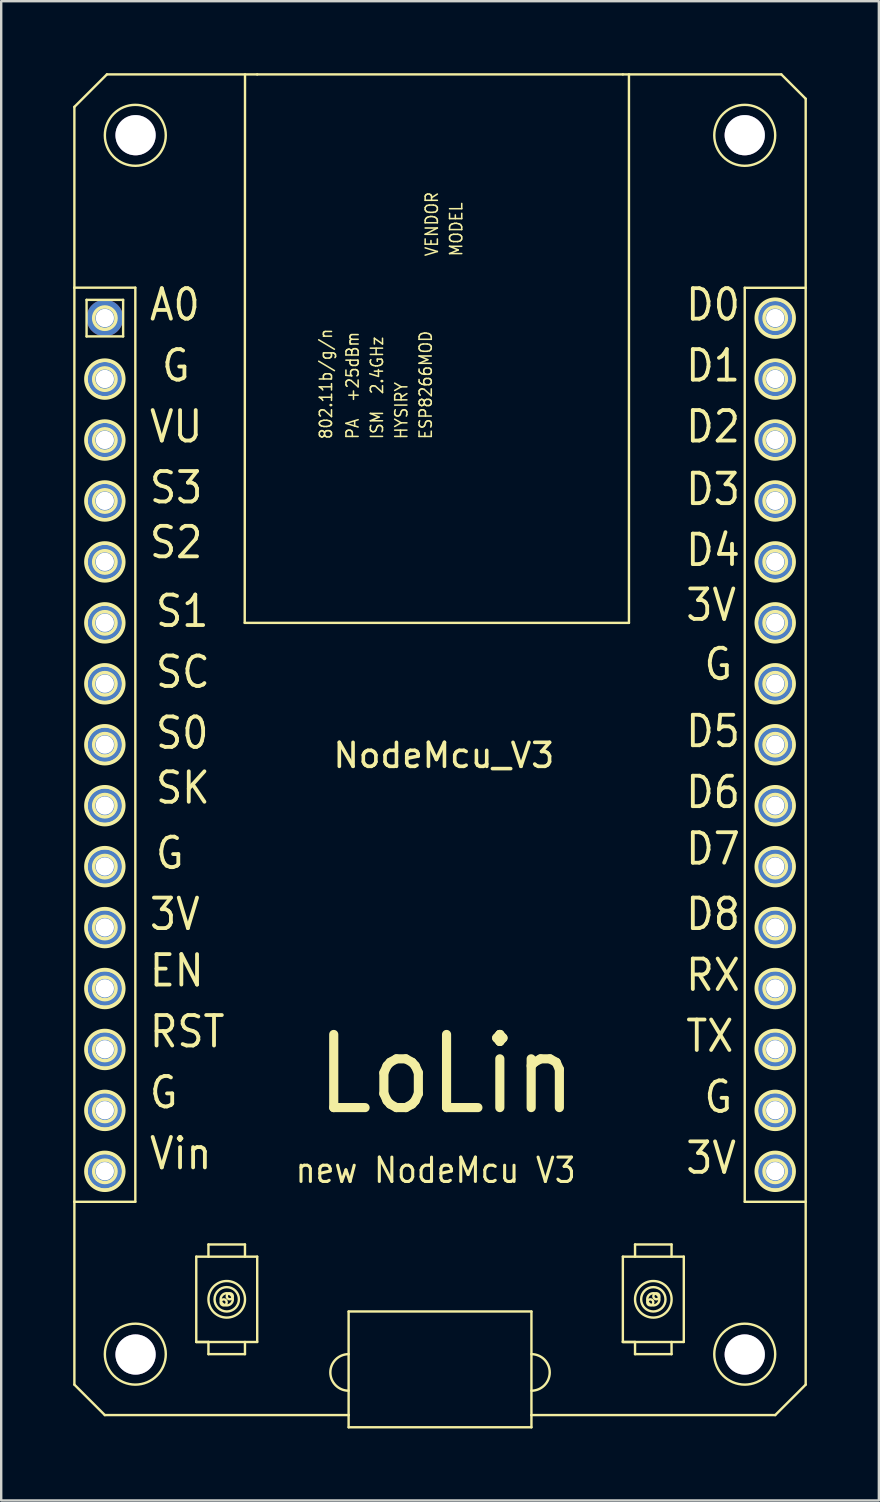
<source format=kicad_pcb>
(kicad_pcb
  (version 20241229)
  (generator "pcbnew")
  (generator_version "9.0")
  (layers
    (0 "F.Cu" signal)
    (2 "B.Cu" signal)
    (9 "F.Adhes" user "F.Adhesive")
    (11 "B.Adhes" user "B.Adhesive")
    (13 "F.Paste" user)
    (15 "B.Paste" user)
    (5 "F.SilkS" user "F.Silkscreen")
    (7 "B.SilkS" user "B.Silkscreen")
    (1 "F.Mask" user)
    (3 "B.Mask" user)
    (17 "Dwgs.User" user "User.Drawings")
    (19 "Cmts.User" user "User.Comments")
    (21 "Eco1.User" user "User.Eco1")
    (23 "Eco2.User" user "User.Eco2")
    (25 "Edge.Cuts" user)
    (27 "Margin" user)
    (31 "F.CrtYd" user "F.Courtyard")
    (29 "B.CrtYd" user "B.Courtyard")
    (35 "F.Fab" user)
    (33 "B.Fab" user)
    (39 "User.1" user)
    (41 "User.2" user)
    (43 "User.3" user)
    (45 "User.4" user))
  (footprint "NodeMcu_V3"
    (layer "F.Cu")
    (at 15.45 27.935)
    (property "Reference" "NodeMcu_V3" (at 0 0.5 0) (layer "F.SilkS") (effects (font (size 1 1) (thickness 0.15))))
    (attr through_hole)
    (fp_line (start -15.4 -26.53) (end -15.4 -18.995) (stroke (width 0.1) (type solid)) (layer "F.SilkS"))
    (fp_line (start -15.4 -26.53) (end -14.044 -27.885) (stroke (width 0.1) (type solid)) (layer "F.SilkS"))
    (fp_line (start -15.4 -18.995) (end -12.86 -18.995) (stroke (width 0.1) (type solid)) (layer "F.SilkS"))
    (fp_line (start -15.4 19.105) (end -15.4 26.725) (stroke (width 0.1) (type solid)) (layer "F.SilkS"))
    (fp_line (start -15.4 26.725) (end -14.13 27.995) (stroke (width 0.1) (type solid)) (layer "F.SilkS"))
    (fp_line (start -15.4 19.099) (end -15.4 -18.995) (stroke (width 0.1) (type solid)) (layer "F.SilkS"))
    (fp_line (start -14.892 -18.487) (end -13.368 -18.487) (stroke (width 0.1) (type solid)) (layer "F.SilkS"))
    (fp_line (start -14.892 -16.963) (end -14.892 -18.487) (stroke (width 0.1) (type solid)) (layer "F.SilkS"))
    (fp_line (start -14.13 27.995) (end -3.97 27.995) (stroke (width 0.1) (type solid)) (layer "F.SilkS"))
    (fp_line (start -13.368 -18.487) (end -13.368 -16.963) (stroke (width 0.1) (type solid)) (layer "F.SilkS"))
    (fp_line (start -13.368 -16.963) (end -14.892 -16.963) (stroke (width 0.1) (type solid)) (layer "F.SilkS"))
    (fp_line (start -12.86 -18.995) (end -12.86 19.105) (stroke (width 0.1) (type solid)) (layer "F.SilkS"))
    (fp_line (start -12.86 19.105) (end -15.4 19.105) (stroke (width 0.1) (type solid)) (layer "F.SilkS"))
    (fp_line (start -10.32 21.391) (end -10.32 24.947) (stroke (width 0.1) (type solid)) (layer "F.SilkS"))
    (fp_line (start -10.32 24.947) (end -9.812 24.947) (stroke (width 0.1) (type solid)) (layer "F.SilkS"))
    (fp_line (start -10.32 24.947) (end -7.78 24.947) (stroke (width 0.1) (type solid)) (layer "F.SilkS"))
    (fp_line (start -9.812 21.391) (end -9.812 20.883) (stroke (width 0.1) (type solid)) (layer "F.SilkS"))
    (fp_line (start -9.812 24.947) (end -9.812 25.455) (stroke (width 0.1) (type solid)) (layer "F.SilkS"))
    (fp_line (start -8.3 -5.025) (end -8.288 -27.885) (stroke (width 0.1) (type solid)) (layer "F.SilkS"))
    (fp_line (start -8.29 20.883) (end -9.812 20.883) (stroke (width 0.1) (type solid)) (layer "F.SilkS"))
    (fp_line (start -8.29 21.391) (end -8.29 20.883) (stroke (width 0.1) (type solid)) (layer "F.SilkS"))
    (fp_line (start -8.29 24.947) (end -8.29 25.455) (stroke (width 0.1) (type solid)) (layer "F.SilkS"))
    (fp_line (start -8.29 25.455) (end -9.812 25.455) (stroke (width 0.1) (type solid)) (layer "F.SilkS"))
    (fp_line (start -7.78 -27.885) (end -14.044 -27.885) (stroke (width 0.1) (type solid)) (layer "F.SilkS"))
    (fp_line (start -7.78 21.391) (end -10.32 21.391) (stroke (width 0.1) (type solid)) (layer "F.SilkS"))
    (fp_line (start -7.78 24.947) (end -7.78 21.391) (stroke (width 0.1) (type solid)) (layer "F.SilkS"))
    (fp_line (start -3.97 27.995) (end -3.97 23.677) (stroke (width 0.1) (type solid)) (layer "F.SilkS"))
    (fp_line (start -3.97 27.995) (end -3.97 28.503) (stroke (width 0.1) (type solid)) (layer "F.SilkS"))
    (fp_line (start -3.97 28.503) (end 3.65 28.503) (stroke (width 0.1) (type solid)) (layer "F.SilkS"))
    (fp_line (start 3.65 23.677) (end -3.97 23.677) (stroke (width 0.1) (type solid)) (layer "F.SilkS"))
    (fp_line (start 3.65 27.995) (end 3.65 23.677) (stroke (width 0.1) (type solid)) (layer "F.SilkS"))
    (fp_line (start 3.65 27.995) (end 13.81 27.995) (stroke (width 0.1) (type solid)) (layer "F.SilkS"))
    (fp_line (start 3.65 28.503) (end 3.65 27.995) (stroke (width 0.1) (type solid)) (layer "F.SilkS"))
    (fp_line (start 7.46 -27.885) (end -7.78 -27.885) (stroke (width 0.1) (type solid)) (layer "F.SilkS"))
    (fp_line (start 7.46 21.391) (end 7.46 24.947) (stroke (width 0.1) (type solid)) (layer "F.SilkS"))
    (fp_line (start 7.46 24.947) (end 7.968 24.947) (stroke (width 0.1) (type solid)) (layer "F.SilkS"))
    (fp_line (start 7.46 24.947) (end 10 24.947) (stroke (width 0.1) (type solid)) (layer "F.SilkS"))
    (fp_line (start 7.714 -27.885) (end 7.714 -5.025) (stroke (width 0.1) (type solid)) (layer "F.SilkS"))
    (fp_line (start 7.714 -5.025) (end -8.3 -5.025) (stroke (width 0.1) (type solid)) (layer "F.SilkS"))
    (fp_line (start 7.968 21.391) (end 7.968 20.883) (stroke (width 0.1) (type solid)) (layer "F.SilkS"))
    (fp_line (start 7.968 24.947) (end 7.968 25.455) (stroke (width 0.1) (type solid)) (layer "F.SilkS"))
    (fp_line (start 9.49 20.883) (end 7.968 20.883) (stroke (width 0.1) (type solid)) (layer "F.SilkS"))
    (fp_line (start 9.49 21.391) (end 9.49 20.883) (stroke (width 0.1) (type solid)) (layer "F.SilkS"))
    (fp_line (start 9.49 24.947) (end 9.49 25.455) (stroke (width 0.1) (type solid)) (layer "F.SilkS"))
    (fp_line (start 9.49 25.455) (end 7.968 25.455) (stroke (width 0.1) (type solid)) (layer "F.SilkS"))
    (fp_line (start 10 21.391) (end 7.46 21.391) (stroke (width 0.1) (type solid)) (layer "F.SilkS"))
    (fp_line (start 10 24.947) (end 10 21.391) (stroke (width 0.1) (type solid)) (layer "F.SilkS"))
    (fp_line (start 12.54 -18.99) (end 15.08 -18.99) (stroke (width 0.1) (type solid)) (layer "F.SilkS"))
    (fp_line (start 12.54 19.105) (end 12.54 -18.99) (stroke (width 0.1) (type solid)) (layer "F.SilkS"))
    (fp_line (start 13.81 27.995) (end 15.08 26.725) (stroke (width 0.1) (type solid)) (layer "F.SilkS"))
    (fp_line (start 14.064 -27.885) (end 7.46 -27.885) (stroke (width 0.1) (type solid)) (layer "F.SilkS"))
    (fp_line (start 15.08 -26.869) (end 14.064 -27.885) (stroke (width 0.1) (type solid)) (layer "F.SilkS"))
    (fp_line (start 15.08 19.105) (end 12.54 19.105) (stroke (width 0.1) (type solid)) (layer "F.SilkS"))
    (fp_line (start 15.08 26.725) (end 15.08 -26.869) (stroke (width 0.1) (type solid)) (layer "F.SilkS"))
    (fp_arc (start -3.969998 26.978579) (mid -4.731998 26.216579) (end -3.969998 25.454579) (stroke (width 0.1) (type solid)) (layer "F.SilkS"))
    (fp_arc (start 3.65 25.454579) (mid 4.412 26.216579) (end 3.65 26.978579) (stroke (width 0.1) (type solid)) (layer "F.SilkS"))
    (fp_circle (center -14.13 -17.725) (end -13.673 -17.725) (stroke (width 0.1) (type solid)) (fill no) (layer "F.SilkS"))
    (fp_circle (center -14.13 -17.725) (end -13.673 -17.725) (stroke (width 0.1) (type solid)) (fill no) (layer "F.SilkS"))
    (fp_circle (center -14.13 -17.725) (end -13.642 -17.725) (stroke (width 0.1) (type solid)) (fill no) (layer "F.SilkS"))
    (fp_circle (center -14.13 -15.185) (end -13.673 -15.185) (stroke (width 0.1) (type solid)) (fill no) (layer "F.SilkS"))
    (fp_circle (center -14.13 -15.185) (end -13.673 -15.185) (stroke (width 0.1) (type solid)) (fill no) (layer "F.SilkS"))
    (fp_circle (center -14.13 -15.185) (end -13.642 -15.185) (stroke (width 0.1) (type solid)) (fill no) (layer "F.SilkS"))
    (fp_circle (center -14.13 -15.185) (end -13.368 -15.185) (stroke (width 0.1) (type solid)) (fill no) (layer "F.SilkS"))
    (fp_circle (center -14.13 -15.185) (end -13.368 -15.185) (stroke (width 0.1) (type solid)) (fill no) (layer "F.SilkS"))
    (fp_circle (center -14.13 -15.185) (end -13.317 -15.185) (stroke (width 0.1) (type solid)) (fill no) (layer "F.SilkS"))
    (fp_circle (center -14.13 -12.645) (end -13.673 -12.645) (stroke (width 0.1) (type solid)) (fill no) (layer "F.SilkS"))
    (fp_circle (center -14.13 -12.645) (end -13.673 -12.645) (stroke (width 0.1) (type solid)) (fill no) (layer "F.SilkS"))
    (fp_circle (center -14.13 -12.645) (end -13.642 -12.645) (stroke (width 0.1) (type solid)) (fill no) (layer "F.SilkS"))
    (fp_circle (center -14.13 -12.645) (end -13.368 -12.645) (stroke (width 0.1) (type solid)) (fill no) (layer "F.SilkS"))
    (fp_circle (center -14.13 -12.645) (end -13.368 -12.645) (stroke (width 0.1) (type solid)) (fill no) (layer "F.SilkS"))
    (fp_circle (center -14.13 -12.645) (end -13.317 -12.645) (stroke (width 0.1) (type solid)) (fill no) (layer "F.SilkS"))
    (fp_circle (center -14.13 -10.105) (end -13.673 -10.105) (stroke (width 0.1) (type solid)) (fill no) (layer "F.SilkS"))
    (fp_circle (center -14.13 -10.105) (end -13.673 -10.105) (stroke (width 0.1) (type solid)) (fill no) (layer "F.SilkS"))
    (fp_circle (center -14.13 -10.105) (end -13.642 -10.105) (stroke (width 0.1) (type solid)) (fill no) (layer "F.SilkS"))
    (fp_circle (center -14.13 -10.105) (end -13.368 -10.105) (stroke (width 0.1) (type solid)) (fill no) (layer "F.SilkS"))
    (fp_circle (center -14.13 -10.105) (end -13.368 -10.105) (stroke (width 0.1) (type solid)) (fill no) (layer "F.SilkS"))
    (fp_circle (center -14.13 -10.105) (end -13.317 -10.105) (stroke (width 0.1) (type solid)) (fill no) (layer "F.SilkS"))
    (fp_circle (center -14.13 -7.565) (end -13.673 -7.565) (stroke (width 0.1) (type solid)) (fill no) (layer "F.SilkS"))
    (fp_circle (center -14.13 -7.565) (end -13.673 -7.565) (stroke (width 0.1) (type solid)) (fill no) (layer "F.SilkS"))
    (fp_circle (center -14.13 -7.565) (end -13.642 -7.565) (stroke (width 0.1) (type solid)) (fill no) (layer "F.SilkS"))
    (fp_circle (center -14.13 -7.565) (end -13.368 -7.565) (stroke (width 0.1) (type solid)) (fill no) (layer "F.SilkS"))
    (fp_circle (center -14.13 -7.565) (end -13.368 -7.565) (stroke (width 0.1) (type solid)) (fill no) (layer "F.SilkS"))
    (fp_circle (center -14.13 -7.565) (end -13.317 -7.565) (stroke (width 0.1) (type solid)) (fill no) (layer "F.SilkS"))
    (fp_circle (center -14.13 -5.025) (end -13.673 -5.025) (stroke (width 0.1) (type solid)) (fill no) (layer "F.SilkS"))
    (fp_circle (center -14.13 -5.025) (end -13.673 -5.025) (stroke (width 0.1) (type solid)) (fill no) (layer "F.SilkS"))
    (fp_circle (center -14.13 -5.025) (end -13.642 -5.025) (stroke (width 0.1) (type solid)) (fill no) (layer "F.SilkS"))
    (fp_circle (center -14.13 -5.025) (end -13.368 -5.025) (stroke (width 0.1) (type solid)) (fill no) (layer "F.SilkS"))
    (fp_circle (center -14.13 -5.025) (end -13.368 -5.025) (stroke (width 0.1) (type solid)) (fill no) (layer "F.SilkS"))
    (fp_circle (center -14.13 -5.025) (end -13.317 -5.025) (stroke (width 0.1) (type solid)) (fill no) (layer "F.SilkS"))
    (fp_circle (center -14.13 -2.485) (end -13.673 -2.485) (stroke (width 0.1) (type solid)) (fill no) (layer "F.SilkS"))
    (fp_circle (center -14.13 -2.485) (end -13.673 -2.485) (stroke (width 0.1) (type solid)) (fill no) (layer "F.SilkS"))
    (fp_circle (center -14.13 -2.485) (end -13.642 -2.485) (stroke (width 0.1) (type solid)) (fill no) (layer "F.SilkS"))
    (fp_circle (center -14.13 -2.485) (end -13.368 -2.485) (stroke (width 0.1) (type solid)) (fill no) (layer "F.SilkS"))
    (fp_circle (center -14.13 -2.485) (end -13.368 -2.485) (stroke (width 0.1) (type solid)) (fill no) (layer "F.SilkS"))
    (fp_circle (center -14.13 -2.485) (end -13.317 -2.485) (stroke (width 0.1) (type solid)) (fill no) (layer "F.SilkS"))
    (fp_circle (center -14.13 0.055) (end -13.673 0.055) (stroke (width 0.1) (type solid)) (fill no) (layer "F.SilkS"))
    (fp_circle (center -14.13 0.055) (end -13.673 0.055) (stroke (width 0.1) (type solid)) (fill no) (layer "F.SilkS"))
    (fp_circle (center -14.13 0.055) (end -13.642 0.055) (stroke (width 0.1) (type solid)) (fill no) (layer "F.SilkS"))
    (fp_circle (center -14.13 0.055) (end -13.368 0.055) (stroke (width 0.1) (type solid)) (fill no) (layer "F.SilkS"))
    (fp_circle (center -14.13 0.055) (end -13.368 0.055) (stroke (width 0.1) (type solid)) (fill no) (layer "F.SilkS"))
    (fp_circle (center -14.13 0.055) (end -13.317 0.055) (stroke (width 0.1) (type solid)) (fill no) (layer "F.SilkS"))
    (fp_circle (center -14.13 2.595) (end -13.673 2.595) (stroke (width 0.1) (type solid)) (fill no) (layer "F.SilkS"))
    (fp_circle (center -14.13 2.595) (end -13.673 2.595) (stroke (width 0.1) (type solid)) (fill no) (layer "F.SilkS"))
    (fp_circle (center -14.13 2.595) (end -13.642 2.595) (stroke (width 0.1) (type solid)) (fill no) (layer "F.SilkS"))
    (fp_circle (center -14.13 2.595) (end -13.368 2.595) (stroke (width 0.1) (type solid)) (fill no) (layer "F.SilkS"))
    (fp_circle (center -14.13 2.595) (end -13.368 2.595) (stroke (width 0.1) (type solid)) (fill no) (layer "F.SilkS"))
    (fp_circle (center -14.13 2.595) (end -13.317 2.595) (stroke (width 0.1) (type solid)) (fill no) (layer "F.SilkS"))
    (fp_circle (center -14.13 5.135) (end -13.673 5.135) (stroke (width 0.1) (type solid)) (fill no) (layer "F.SilkS"))
    (fp_circle (center -14.13 5.135) (end -13.673 5.135) (stroke (width 0.1) (type solid)) (fill no) (layer "F.SilkS"))
    (fp_circle (center -14.13 5.135) (end -13.642 5.135) (stroke (width 0.1) (type solid)) (fill no) (layer "F.SilkS"))
    (fp_circle (center -14.13 5.135) (end -13.368 5.135) (stroke (width 0.1) (type solid)) (fill no) (layer "F.SilkS"))
    (fp_circle (center -14.13 5.135) (end -13.368 5.135) (stroke (width 0.1) (type solid)) (fill no) (layer "F.SilkS"))
    (fp_circle (center -14.13 5.135) (end -13.317 5.135) (stroke (width 0.1) (type solid)) (fill no) (layer "F.SilkS"))
    (fp_circle (center -14.13 7.675) (end -13.673 7.675) (stroke (width 0.1) (type solid)) (fill no) (layer "F.SilkS"))
    (fp_circle (center -14.13 7.675) (end -13.673 7.675) (stroke (width 0.1) (type solid)) (fill no) (layer "F.SilkS"))
    (fp_circle (center -14.13 7.675) (end -13.642 7.675) (stroke (width 0.1) (type solid)) (fill no) (layer "F.SilkS"))
    (fp_circle (center -14.13 7.675) (end -13.368 7.675) (stroke (width 0.1) (type solid)) (fill no) (layer "F.SilkS"))
    (fp_circle (center -14.13 7.675) (end -13.368 7.675) (stroke (width 0.1) (type solid)) (fill no) (layer "F.SilkS"))
    (fp_circle (center -14.13 7.675) (end -13.317 7.675) (stroke (width 0.1) (type solid)) (fill no) (layer "F.SilkS"))
    (fp_circle (center -14.13 10.215) (end -13.673 10.215) (stroke (width 0.1) (type solid)) (fill no) (layer "F.SilkS"))
    (fp_circle (center -14.13 10.215) (end -13.673 10.215) (stroke (width 0.1) (type solid)) (fill no) (layer "F.SilkS"))
    (fp_circle (center -14.13 10.215) (end -13.642 10.215) (stroke (width 0.1) (type solid)) (fill no) (layer "F.SilkS"))
    (fp_circle (center -14.13 10.215) (end -13.368 10.215) (stroke (width 0.1) (type solid)) (fill no) (layer "F.SilkS"))
    (fp_circle (center -14.13 10.215) (end -13.368 10.215) (stroke (width 0.1) (type solid)) (fill no) (layer "F.SilkS"))
    (fp_circle (center -14.13 10.215) (end -13.317 10.215) (stroke (width 0.1) (type solid)) (fill no) (layer "F.SilkS"))
    (fp_circle (center -14.13 12.755) (end -13.673 12.755) (stroke (width 0.1) (type solid)) (fill no) (layer "F.SilkS"))
    (fp_circle (center -14.13 12.755) (end -13.673 12.755) (stroke (width 0.1) (type solid)) (fill no) (layer "F.SilkS"))
    (fp_circle (center -14.13 12.755) (end -13.642 12.755) (stroke (width 0.1) (type solid)) (fill no) (layer "F.SilkS"))
    (fp_circle (center -14.13 12.755) (end -13.368 12.755) (stroke (width 0.1) (type solid)) (fill no) (layer "F.SilkS"))
    (fp_circle (center -14.13 12.755) (end -13.368 12.755) (stroke (width 0.1) (type solid)) (fill no) (layer "F.SilkS"))
    (fp_circle (center -14.13 12.755) (end -13.317 12.755) (stroke (width 0.1) (type solid)) (fill no) (layer "F.SilkS"))
    (fp_circle (center -14.13 15.295) (end -13.673 15.295) (stroke (width 0.1) (type solid)) (fill no) (layer "F.SilkS"))
    (fp_circle (center -14.13 15.295) (end -13.673 15.295) (stroke (width 0.1) (type solid)) (fill no) (layer "F.SilkS"))
    (fp_circle (center -14.13 15.295) (end -13.642 15.295) (stroke (width 0.1) (type solid)) (fill no) (layer "F.SilkS"))
    (fp_circle (center -14.13 15.295) (end -13.368 15.295) (stroke (width 0.1) (type solid)) (fill no) (layer "F.SilkS"))
    (fp_circle (center -14.13 15.295) (end -13.368 15.295) (stroke (width 0.1) (type solid)) (fill no) (layer "F.SilkS"))
    (fp_circle (center -14.13 15.295) (end -13.317 15.295) (stroke (width 0.1) (type solid)) (fill no) (layer "F.SilkS"))
    (fp_circle (center -14.13 17.835) (end -13.673 17.835) (stroke (width 0.1) (type solid)) (fill no) (layer "F.SilkS"))
    (fp_circle (center -14.13 17.835) (end -13.673 17.835) (stroke (width 0.1) (type solid)) (fill no) (layer "F.SilkS"))
    (fp_circle (center -14.13 17.835) (end -13.642 17.835) (stroke (width 0.1) (type solid)) (fill no) (layer "F.SilkS"))
    (fp_circle (center -14.13 17.835) (end -13.368 17.835) (stroke (width 0.1) (type solid)) (fill no) (layer "F.SilkS"))
    (fp_circle (center -14.13 17.835) (end -13.368 17.835) (stroke (width 0.1) (type solid)) (fill no) (layer "F.SilkS"))
    (fp_circle (center -14.13 17.835) (end -13.317 17.835) (stroke (width 0.1) (type solid)) (fill no) (layer "F.SilkS"))
    (fp_circle (center -12.86 -25.345) (end -11.59 -25.345) (stroke (width 0.1) (type solid)) (fill no) (layer "F.SilkS"))
    (fp_circle (center -12.86 25.455) (end -11.59 25.455) (stroke (width 0.1) (type solid)) (fill no) (layer "F.SilkS"))
    (fp_circle (center -9.177 23.296) (end -9.05 23.296) (stroke (width 0.1) (type solid)) (fill no) (layer "F.SilkS"))
    (fp_circle (center -9.05 23.169) (end -8.796 23.169) (stroke (width 0.1) (type solid)) (fill no) (layer "F.SilkS"))
    (fp_circle (center -9.05 23.169) (end -8.542 23.169) (stroke (width 0.1) (type solid)) (fill no) (layer "F.SilkS"))
    (fp_circle (center -9.05 23.169) (end -8.288 23.169) (stroke (width 0.1) (type solid)) (fill no) (layer "F.SilkS"))
    (fp_circle (center -8.923 23.042) (end -8.796 23.042) (stroke (width 0.1) (type solid)) (fill no) (layer "F.SilkS"))
    (fp_circle (center 8.603 23.296) (end 8.73 23.296) (stroke (width 0.1) (type solid)) (fill no) (layer "F.SilkS"))
    (fp_circle (center 8.73 23.169) (end 8.984 23.169) (stroke (width 0.1) (type solid)) (fill no) (layer "F.SilkS"))
    (fp_circle (center 8.73 23.169) (end 9.238 23.169) (stroke (width 0.1) (type solid)) (fill no) (layer "F.SilkS"))
    (fp_circle (center 8.73 23.169) (end 9.492 23.169) (stroke (width 0.1) (type solid)) (fill no) (layer "F.SilkS"))
    (fp_circle (center 8.857 23.042) (end 8.984 23.042) (stroke (width 0.1) (type solid)) (fill no) (layer "F.SilkS"))
    (fp_circle (center 12.54 -25.345) (end 13.81 -25.345) (stroke (width 0.1) (type solid)) (fill no) (layer "F.SilkS"))
    (fp_circle (center 12.54 25.455) (end 13.81 25.455) (stroke (width 0.1) (type solid)) (fill no) (layer "F.SilkS"))
    (fp_circle (center 13.81 -17.725) (end 14.267 -17.725) (stroke (width 0.1) (type solid)) (fill no) (layer "F.SilkS"))
    (fp_circle (center 13.81 -17.725) (end 14.267 -17.725) (stroke (width 0.1) (type solid)) (fill no) (layer "F.SilkS"))
    (fp_circle (center 13.81 -17.725) (end 14.298 -17.725) (stroke (width 0.1) (type solid)) (fill no) (layer "F.SilkS"))
    (fp_circle (center 13.81 -17.725) (end 14.572 -17.725) (stroke (width 0.1) (type solid)) (fill no) (layer "F.SilkS"))
    (fp_circle (center 13.81 -17.725) (end 14.572 -17.725) (stroke (width 0.1) (type solid)) (fill no) (layer "F.SilkS"))
    (fp_circle (center 13.81 -17.725) (end 14.623 -17.725) (stroke (width 0.1) (type solid)) (fill no) (layer "F.SilkS"))
    (fp_circle (center 13.81 -15.185) (end 14.267 -15.185) (stroke (width 0.1) (type solid)) (fill no) (layer "F.SilkS"))
    (fp_circle (center 13.81 -15.185) (end 14.267 -15.185) (stroke (width 0.1) (type solid)) (fill no) (layer "F.SilkS"))
    (fp_circle (center 13.81 -15.185) (end 14.298 -15.185) (stroke (width 0.1) (type solid)) (fill no) (layer "F.SilkS"))
    (fp_circle (center 13.81 -15.185) (end 14.572 -15.185) (stroke (width 0.1) (type solid)) (fill no) (layer "F.SilkS"))
    (fp_circle (center 13.81 -15.185) (end 14.572 -15.185) (stroke (width 0.1) (type solid)) (fill no) (layer "F.SilkS"))
    (fp_circle (center 13.81 -15.185) (end 14.623 -15.185) (stroke (width 0.1) (type solid)) (fill no) (layer "F.SilkS"))
    (fp_circle (center 13.81 -12.645) (end 14.267 -12.645) (stroke (width 0.1) (type solid)) (fill no) (layer "F.SilkS"))
    (fp_circle (center 13.81 -12.645) (end 14.267 -12.645) (stroke (width 0.1) (type solid)) (fill no) (layer "F.SilkS"))
    (fp_circle (center 13.81 -12.645) (end 14.298 -12.645) (stroke (width 0.1) (type solid)) (fill no) (layer "F.SilkS"))
    (fp_circle (center 13.81 -12.645) (end 14.572 -12.645) (stroke (width 0.1) (type solid)) (fill no) (layer "F.SilkS"))
    (fp_circle (center 13.81 -12.645) (end 14.572 -12.645) (stroke (width 0.1) (type solid)) (fill no) (layer "F.SilkS"))
    (fp_circle (center 13.81 -12.645) (end 14.623 -12.645) (stroke (width 0.1) (type solid)) (fill no) (layer "F.SilkS"))
    (fp_circle (center 13.81 -10.105) (end 14.267 -10.105) (stroke (width 0.1) (type solid)) (fill no) (layer "F.SilkS"))
    (fp_circle (center 13.81 -10.105) (end 14.267 -10.105) (stroke (width 0.1) (type solid)) (fill no) (layer "F.SilkS"))
    (fp_circle (center 13.81 -10.105) (end 14.298 -10.105) (stroke (width 0.1) (type solid)) (fill no) (layer "F.SilkS"))
    (fp_circle (center 13.81 -10.105) (end 14.572 -10.105) (stroke (width 0.1) (type solid)) (fill no) (layer "F.SilkS"))
    (fp_circle (center 13.81 -10.105) (end 14.572 -10.105) (stroke (width 0.1) (type solid)) (fill no) (layer "F.SilkS"))
    (fp_circle (center 13.81 -10.105) (end 14.623 -10.105) (stroke (width 0.1) (type solid)) (fill no) (layer "F.SilkS"))
    (fp_circle (center 13.81 -7.565) (end 14.267 -7.565) (stroke (width 0.1) (type solid)) (fill no) (layer "F.SilkS"))
    (fp_circle (center 13.81 -7.565) (end 14.267 -7.565) (stroke (width 0.1) (type solid)) (fill no) (layer "F.SilkS"))
    (fp_circle (center 13.81 -7.565) (end 14.298 -7.565) (stroke (width 0.1) (type solid)) (fill no) (layer "F.SilkS"))
    (fp_circle (center 13.81 -7.565) (end 14.572 -7.565) (stroke (width 0.1) (type solid)) (fill no) (layer "F.SilkS"))
    (fp_circle (center 13.81 -7.565) (end 14.572 -7.565) (stroke (width 0.1) (type solid)) (fill no) (layer "F.SilkS"))
    (fp_circle (center 13.81 -7.565) (end 14.623 -7.565) (stroke (width 0.1) (type solid)) (fill no) (layer "F.SilkS"))
    (fp_circle (center 13.81 -5.025) (end 14.267 -5.025) (stroke (width 0.1) (type solid)) (fill no) (layer "F.SilkS"))
    (fp_circle (center 13.81 -5.025) (end 14.267 -5.025) (stroke (width 0.1) (type solid)) (fill no) (layer "F.SilkS"))
    (fp_circle (center 13.81 -5.025) (end 14.298 -5.025) (stroke (width 0.1) (type solid)) (fill no) (layer "F.SilkS"))
    (fp_circle (center 13.81 -5.025) (end 14.572 -5.025) (stroke (width 0.1) (type solid)) (fill no) (layer "F.SilkS"))
    (fp_circle (center 13.81 -5.025) (end 14.572 -5.025) (stroke (width 0.1) (type solid)) (fill no) (layer "F.SilkS"))
    (fp_circle (center 13.81 -5.025) (end 14.623 -5.025) (stroke (width 0.1) (type solid)) (fill no) (layer "F.SilkS"))
    (fp_circle (center 13.81 -2.485) (end 14.267 -2.485) (stroke (width 0.1) (type solid)) (fill no) (layer "F.SilkS"))
    (fp_circle (center 13.81 -2.485) (end 14.267 -2.485) (stroke (width 0.1) (type solid)) (fill no) (layer "F.SilkS"))
    (fp_circle (center 13.81 -2.485) (end 14.298 -2.485) (stroke (width 0.1) (type solid)) (fill no) (layer "F.SilkS"))
    (fp_circle (center 13.81 -2.485) (end 14.572 -2.485) (stroke (width 0.1) (type solid)) (fill no) (layer "F.SilkS"))
    (fp_circle (center 13.81 -2.485) (end 14.572 -2.485) (stroke (width 0.1) (type solid)) (fill no) (layer "F.SilkS"))
    (fp_circle (center 13.81 -2.485) (end 14.623 -2.485) (stroke (width 0.1) (type solid)) (fill no) (layer "F.SilkS"))
    (fp_circle (center 13.81 0.055) (end 14.267 0.055) (stroke (width 0.1) (type solid)) (fill no) (layer "F.SilkS"))
    (fp_circle (center 13.81 0.055) (end 14.267 0.055) (stroke (width 0.1) (type solid)) (fill no) (layer "F.SilkS"))
    (fp_circle (center 13.81 0.055) (end 14.298 0.055) (stroke (width 0.1) (type solid)) (fill no) (layer "F.SilkS"))
    (fp_circle (center 13.81 0.055) (end 14.572 0.055) (stroke (width 0.1) (type solid)) (fill no) (layer "F.SilkS"))
    (fp_circle (center 13.81 0.055) (end 14.572 0.055) (stroke (width 0.1) (type solid)) (fill no) (layer "F.SilkS"))
    (fp_circle (center 13.81 0.055) (end 14.623 0.055) (stroke (width 0.1) (type solid)) (fill no) (layer "F.SilkS"))
    (fp_circle (center 13.81 2.595) (end 14.267 2.595) (stroke (width 0.1) (type solid)) (fill no) (layer "F.SilkS"))
    (fp_circle (center 13.81 2.595) (end 14.267 2.595) (stroke (width 0.1) (type solid)) (fill no) (layer "F.SilkS"))
    (fp_circle (center 13.81 2.595) (end 14.298 2.595) (stroke (width 0.1) (type solid)) (fill no) (layer "F.SilkS"))
    (fp_circle (center 13.81 2.595) (end 14.572 2.595) (stroke (width 0.1) (type solid)) (fill no) (layer "F.SilkS"))
    (fp_circle (center 13.81 2.595) (end 14.572 2.595) (stroke (width 0.1) (type solid)) (fill no) (layer "F.SilkS"))
    (fp_circle (center 13.81 2.595) (end 14.623 2.595) (stroke (width 0.1) (type solid)) (fill no) (layer "F.SilkS"))
    (fp_circle (center 13.81 5.135) (end 14.267 5.135) (stroke (width 0.1) (type solid)) (fill no) (layer "F.SilkS"))
    (fp_circle (center 13.81 5.135) (end 14.267 5.135) (stroke (width 0.1) (type solid)) (fill no) (layer "F.SilkS"))
    (fp_circle (center 13.81 5.135) (end 14.298 5.135) (stroke (width 0.1) (type solid)) (fill no) (layer "F.SilkS"))
    (fp_circle (center 13.81 5.135) (end 14.572 5.135) (stroke (width 0.1) (type solid)) (fill no) (layer "F.SilkS"))
    (fp_circle (center 13.81 5.135) (end 14.572 5.135) (stroke (width 0.1) (type solid)) (fill no) (layer "F.SilkS"))
    (fp_circle (center 13.81 5.135) (end 14.623 5.135) (stroke (width 0.1) (type solid)) (fill no) (layer "F.SilkS"))
    (fp_circle (center 13.81 7.675) (end 14.267 7.675) (stroke (width 0.1) (type solid)) (fill no) (layer "F.SilkS"))
    (fp_circle (center 13.81 7.675) (end 14.267 7.675) (stroke (width 0.1) (type solid)) (fill no) (layer "F.SilkS"))
    (fp_circle (center 13.81 7.675) (end 14.298 7.675) (stroke (width 0.1) (type solid)) (fill no) (layer "F.SilkS"))
    (fp_circle (center 13.81 7.675) (end 14.572 7.675) (stroke (width 0.1) (type solid)) (fill no) (layer "F.SilkS"))
    (fp_circle (center 13.81 7.675) (end 14.572 7.675) (stroke (width 0.1) (type solid)) (fill no) (layer "F.SilkS"))
    (fp_circle (center 13.81 7.675) (end 14.623 7.675) (stroke (width 0.1) (type solid)) (fill no) (layer "F.SilkS"))
    (fp_circle (center 13.81 10.215) (end 14.267 10.215) (stroke (width 0.1) (type solid)) (fill no) (layer "F.SilkS"))
    (fp_circle (center 13.81 10.215) (end 14.267 10.215) (stroke (width 0.1) (type solid)) (fill no) (layer "F.SilkS"))
    (fp_circle (center 13.81 10.215) (end 14.298 10.215) (stroke (width 0.1) (type solid)) (fill no) (layer "F.SilkS"))
    (fp_circle (center 13.81 10.215) (end 14.572 10.215) (stroke (width 0.1) (type solid)) (fill no) (layer "F.SilkS"))
    (fp_circle (center 13.81 10.215) (end 14.572 10.215) (stroke (width 0.1) (type solid)) (fill no) (layer "F.SilkS"))
    (fp_circle (center 13.81 10.215) (end 14.623 10.215) (stroke (width 0.1) (type solid)) (fill no) (layer "F.SilkS"))
    (fp_circle (center 13.81 12.755) (end 14.267 12.755) (stroke (width 0.1) (type solid)) (fill no) (layer "F.SilkS"))
    (fp_circle (center 13.81 12.755) (end 14.267 12.755) (stroke (width 0.1) (type solid)) (fill no) (layer "F.SilkS"))
    (fp_circle (center 13.81 12.755) (end 14.298 12.755) (stroke (width 0.1) (type solid)) (fill no) (layer "F.SilkS"))
    (fp_circle (center 13.81 12.755) (end 14.572 12.755) (stroke (width 0.1) (type solid)) (fill no) (layer "F.SilkS"))
    (fp_circle (center 13.81 12.755) (end 14.572 12.755) (stroke (width 0.1) (type solid)) (fill no) (layer "F.SilkS"))
    (fp_circle (center 13.81 12.755) (end 14.623 12.755) (stroke (width 0.1) (type solid)) (fill no) (layer "F.SilkS"))
    (fp_circle (center 13.81 15.295) (end 14.267 15.295) (stroke (width 0.1) (type solid)) (fill no) (layer "F.SilkS"))
    (fp_circle (center 13.81 15.295) (end 14.267 15.295) (stroke (width 0.1) (type solid)) (fill no) (layer "F.SilkS"))
    (fp_circle (center 13.81 15.295) (end 14.298 15.295) (stroke (width 0.1) (type solid)) (fill no) (layer "F.SilkS"))
    (fp_circle (center 13.81 15.295) (end 14.572 15.295) (stroke (width 0.1) (type solid)) (fill no) (layer "F.SilkS"))
    (fp_circle (center 13.81 15.295) (end 14.572 15.295) (stroke (width 0.1) (type solid)) (fill no) (layer "F.SilkS"))
    (fp_circle (center 13.81 15.295) (end 14.623 15.295) (stroke (width 0.1) (type solid)) (fill no) (layer "F.SilkS"))
    (fp_circle (center 13.81 17.835) (end 14.267 17.835) (stroke (width 0.1) (type solid)) (fill no) (layer "F.SilkS"))
    (fp_circle (center 13.81 17.835) (end 14.267 17.835) (stroke (width 0.1) (type solid)) (fill no) (layer "F.SilkS"))
    (fp_circle (center 13.81 17.835) (end 14.298 17.835) (stroke (width 0.1) (type solid)) (fill no) (layer "F.SilkS"))
    (fp_circle (center 13.81 17.835) (end 14.572 17.835) (stroke (width 0.1) (type solid)) (fill no) (layer "F.SilkS"))
    (fp_circle (center 13.81 17.835) (end 14.572 17.835) (stroke (width 0.1) (type solid)) (fill no) (layer "F.SilkS"))
    (fp_circle (center 13.81 17.835) (end 14.623 17.835) (stroke (width 0.1) (type solid)) (fill no) (layer "F.SilkS"))
    (fp_text user "new NodeMcu V3" (at -6.256 18.388 0) (layer "F.SilkS") (effects (font (size 1.016 0.914) (thickness 0.127)) (justify left bottom)))
    (fp_text user "SC" (at -12.098 -2.231 0) (layer "F.SilkS") (effects (font (size 1.27 1.143) (thickness 0.159)) (justify left bottom)))
    (fp_text user "D0" (at 10 -17.54 0) (layer "F.SilkS") (effects (font (size 1.27 1.143) (thickness 0.159)) (justify left bottom)))
    (fp_text user "D3" (at 10 -9.851 0) (layer "F.SilkS") (effects (font (size 1.27 1.143) (thickness 0.159)) (justify left bottom)))
    (fp_text user "3V" (at 10 -5.025 0) (layer "F.SilkS") (effects (font (size 1.27 1.143) (thickness 0.159)) (justify left bottom)))
    (fp_text user "TX" (at 10 12.94 0) (layer "F.SilkS") (effects (font (size 1.27 1.143) (thickness 0.159)) (justify left bottom)))
    (fp_text user "EN" (at -12.352 10.215 0) (layer "F.SilkS") (effects (font (size 1.27 1.143) (thickness 0.159)) (justify left bottom)))
    (fp_text user "802.11b/g/n" (at -4.618 -12.645 270) (layer "F.SilkS") (effects (font (size 0.508 0.457) (thickness 0.064)) (justify left bottom)))
    (fp_text user "D4" (at 10 -7.311 0) (layer "F.SilkS") (effects (font (size 1.27 1.143) (thickness 0.159)) (justify left bottom)))
    (fp_text user "G" (at 10.762 -2.554 0) (layer "F.SilkS") (effects (font (size 1.27 1.143) (thickness 0.159)) (justify left bottom)))
    (fp_text user "G" (at -12.352 15.295 0) (layer "F.SilkS") (effects (font (size 1.27 1.143) (thickness 0.159)) (justify left bottom)))
    (fp_text user "MODEL" (at 0.81 -20.265 270) (layer "F.SilkS") (effects (font (size 0.508 0.457) (thickness 0.064)) (justify left bottom)))
    (fp_text user "LoLin" (at -5.494 15.571 0) (layer "F.SilkS") (effects (font (size 3.048 2.743) (thickness 0.381)) (justify left bottom)))
    (fp_text user "D2" (at 10 -12.46 0) (layer "F.SilkS") (effects (font (size 1.27 1.143) (thickness 0.159)) (justify left bottom)))
    (fp_text user "S2" (at -12.352 -7.634 0) (layer "F.SilkS") (effects (font (size 1.27 1.143) (thickness 0.159)) (justify left bottom)))
    (fp_text user "3V" (at 10 18.02 0) (layer "F.SilkS") (effects (font (size 1.27 1.143) (thickness 0.159)) (justify left bottom)))
    (fp_text user "D1" (at 10 -15 0) (layer "F.SilkS") (effects (font (size 1.27 1.143) (thickness 0.159)) (justify left bottom)))
    (fp_text user "3V" (at -12.352 7.86 0) (layer "F.SilkS") (effects (font (size 1.27 1.143) (thickness 0.159)) (justify left bottom)))
    (fp_text user "G" (at -12.098 5.32 0) (layer "F.SilkS") (effects (font (size 1.27 1.143) (thickness 0.159)) (justify left bottom)))
    (fp_text user "D8" (at 10 7.86 0) (layer "F.SilkS") (effects (font (size 1.27 1.143) (thickness 0.159)) (justify left bottom)))
    (fp_text user "SK" (at -12.098 2.595 0) (layer "F.SilkS") (effects (font (size 1.27 1.143) (thickness 0.159)) (justify left bottom)))
    (fp_text user "S0" (at -12.098 0.309 0) (layer "F.SilkS") (effects (font (size 1.27 1.143) (thickness 0.159)) (justify left bottom)))
    (fp_text user "VENDOR" (at -0.206 -20.265 270) (layer "F.SilkS") (effects (font (size 0.508 0.457) (thickness 0.064)) (justify left bottom)))
    (fp_text user "G" (at 10.762 15.48 0) (layer "F.SilkS") (effects (font (size 1.27 1.143) (thickness 0.159)) (justify left bottom)))
    (fp_text user "ESP8266MOD" (at -0.46 -12.645 90) (layer "F.SilkS") (effects (font (size 0.508 0.457) (thickness 0.064)) (justify left bottom)))
    (fp_text user "S3" (at -12.352 -9.92 0) (layer "F.SilkS") (effects (font (size 1.27 1.143) (thickness 0.159)) (justify left bottom)))
    (fp_text user "ISM  2.4GHz" (at -2.492 -12.645 270) (layer "F.SilkS") (effects (font (size 0.508 0.457) (thickness 0.064)) (justify left bottom)))
    (fp_text user "HYSIRY" (at -1.476 -12.645 270) (layer "F.SilkS") (effects (font (size 0.508 0.457) (thickness 0.064)) (justify left bottom)))
    (fp_text user "PA  +25dBm" (at -3.508 -12.645 270) (layer "F.SilkS") (effects (font (size 0.508 0.457) (thickness 0.064)) (justify left bottom)))
    (fp_text user "Vin" (at -12.352 17.835 0) (layer "F.SilkS") (effects (font (size 1.27 1.143) (thickness 0.159)) (justify left bottom)))
    (fp_text user "RX" (at 10 10.4 0) (layer "F.SilkS") (effects (font (size 1.27 1.143) (thickness 0.159)) (justify left bottom)))
    (fp_text user "D6" (at 10 2.78 0) (layer "F.SilkS") (effects (font (size 1.27 1.143) (thickness 0.159)) (justify left bottom)))
    (fp_text user "G" (at -11.844 -15 0) (layer "F.SilkS") (effects (font (size 1.27 1.143) (thickness 0.159)) (justify left bottom)))
    (fp_text user "S1" (at -12.098 -4.771 0) (layer "F.SilkS") (effects (font (size 1.27 1.143) (thickness 0.159)) (justify left bottom)))
    (fp_text user "A0" (at -12.352 -17.54 0) (layer "F.SilkS") (effects (font (size 1.27 1.143) (thickness 0.159)) (justify left bottom)))
    (fp_text user "D5" (at 10 0.24 0) (layer "F.SilkS") (effects (font (size 1.27 1.143) (thickness 0.159)) (justify left bottom)))
    (fp_text user "RST" (at -12.352 12.755 0) (layer "F.SilkS") (effects (font (size 1.27 1.143) (thickness 0.159)) (justify left bottom)))
    (fp_text user "VU" (at -12.352 -12.46 0) (layer "F.SilkS") (effects (font (size 1.27 1.143) (thickness 0.159)) (justify left bottom)))
    (fp_text user "D7" (at 10 5.135 0) (layer "F.SilkS") (effects (font (size 1.27 1.143) (thickness 0.159)) (justify left bottom)))
    (pad "" thru_hole circle (at -12.85 -25.35) (size 1.676 1.676) (drill 1.676) (layers "*.Cu" "*.Mask"))
    (pad "" thru_hole circle (at -12.85 25.47) (size 1.676 1.676) (drill 1.676) (layers "*.Cu" "*.Mask"))
    (pad "" thru_hole circle (at 12.54 -25.35) (size 1.676 1.676) (drill 1.676) (layers "*.Cu" "*.Mask"))
    (pad "" thru_hole circle (at 12.54 25.47) (size 1.676 1.676) (drill 1.676) (layers "*.Cu" "*.Mask"))
    (pad "1" thru_hole circle (at 13.81 17.83) (size 1.524 1.524) (drill 0.762) (layers "*.Cu" "*.Mask"))
    (pad "2" thru_hole circle (at 13.81 15.29) (size 1.524 1.524) (drill 0.762) (layers "*.Cu" "*.Mask"))
    (pad "3" thru_hole circle (at 13.81 12.75) (size 1.524 1.524) (drill 0.762) (layers "*.Cu" "*.Mask"))
    (pad "4" thru_hole circle (at 13.81 10.21) (size 1.524 1.524) (drill 0.762) (layers "*.Cu" "*.Mask"))
    (pad "5" thru_hole circle (at 13.81 7.67) (size 1.524 1.524) (drill 0.762) (layers "*.Cu" "*.Mask"))
    (pad "6" thru_hole circle (at 13.81 5.13) (size 1.524 1.524) (drill 0.762) (layers "*.Cu" "*.Mask"))
    (pad "7" thru_hole circle (at 13.81 2.59) (size 1.524 1.524) (drill 0.762) (layers "*.Cu" "*.Mask"))
    (pad "8" thru_hole circle (at 13.81 0.05) (size 1.524 1.524) (drill 0.762) (layers "*.Cu" "*.Mask"))
    (pad "9" thru_hole circle (at 13.81 -2.49) (size 1.524 1.524) (drill 0.762) (layers "*.Cu" "*.Mask"))
    (pad "10" thru_hole circle (at 13.81 -5.03) (size 1.524 1.524) (drill 0.762) (layers "*.Cu" "*.Mask"))
    (pad "11" thru_hole circle (at 13.81 -7.57) (size 1.524 1.524) (drill 0.762) (layers "*.Cu" "*.Mask"))
    (pad "12" thru_hole circle (at 13.81 -10.11) (size 1.524 1.524) (drill 0.762) (layers "*.Cu" "*.Mask"))
    (pad "13" thru_hole circle (at 13.81 -12.65) (size 1.524 1.524) (drill 0.762) (layers "*.Cu" "*.Mask"))
    (pad "14" thru_hole circle (at 13.81 -15.19) (size 1.524 1.524) (drill 0.762) (layers "*.Cu" "*.Mask"))
    (pad "15" thru_hole circle (at 13.81 -17.73) (size 1.524 1.524) (drill 0.762) (layers "*.Cu" "*.Mask"))
    (pad "16" thru_hole circle (at -14.13 -17.73) (size 1.524 1.524) (drill 0.762) (layers "*.Cu" "*.Mask"))
    (pad "17" thru_hole circle (at -14.13 -15.19) (size 1.524 1.524) (drill 0.762) (layers "*.Cu" "*.Mask"))
    (pad "18" thru_hole circle (at -14.13 -12.65) (size 1.524 1.524) (drill 0.762) (layers "*.Cu" "*.Mask"))
    (pad "19" thru_hole circle (at -14.13 -10.11) (size 1.524 1.524) (drill 0.762) (layers "*.Cu" "*.Mask"))
    (pad "20" thru_hole circle (at -14.13 -7.57) (size 1.524 1.524) (drill 0.762) (layers "*.Cu" "*.Mask"))
    (pad "21" thru_hole circle (at -14.13 -5.03) (size 1.524 1.524) (drill 0.762) (layers "*.Cu" "*.Mask"))
    (pad "22" thru_hole circle (at -14.13 -2.49) (size 1.524 1.524) (drill 0.762) (layers "*.Cu" "*.Mask"))
    (pad "23" thru_hole circle (at -14.13 0.05) (size 1.524 1.524) (drill 0.762) (layers "*.Cu" "*.Mask"))
    (pad "24" thru_hole circle (at -14.13 2.59) (size 1.524 1.524) (drill 0.762) (layers "*.Cu" "*.Mask"))
    (pad "25" thru_hole circle (at -14.13 5.13) (size 1.524 1.524) (drill 0.762) (layers "*.Cu" "*.Mask"))
    (pad "26" thru_hole circle (at -14.13 7.67) (size 1.524 1.524) (drill 0.762) (layers "*.Cu" "*.Mask"))
    (pad "27" thru_hole circle (at -14.13 10.21) (size 1.524 1.524) (drill 0.762) (layers "*.Cu" "*.Mask"))
    (pad "28" thru_hole circle (at -14.13 12.75) (size 1.524 1.524) (drill 0.762) (layers "*.Cu" "*.Mask"))
    (pad "29" thru_hole circle (at -14.13 15.29) (size 1.524 1.524) (drill 0.762) (layers "*.Cu" "*.Mask"))
    (pad "30" thru_hole circle (at -14.13 17.83) (size 1.524 1.524) (drill 0.762) (layers "*.Cu" "*.Mask")))
  (gr_rect
    (start -3 -3)
    (end 33.58 59.488)
    (stroke (width 0.1) (type default))
    (fill no)
    (layer "Edge.Cuts")))
</source>
